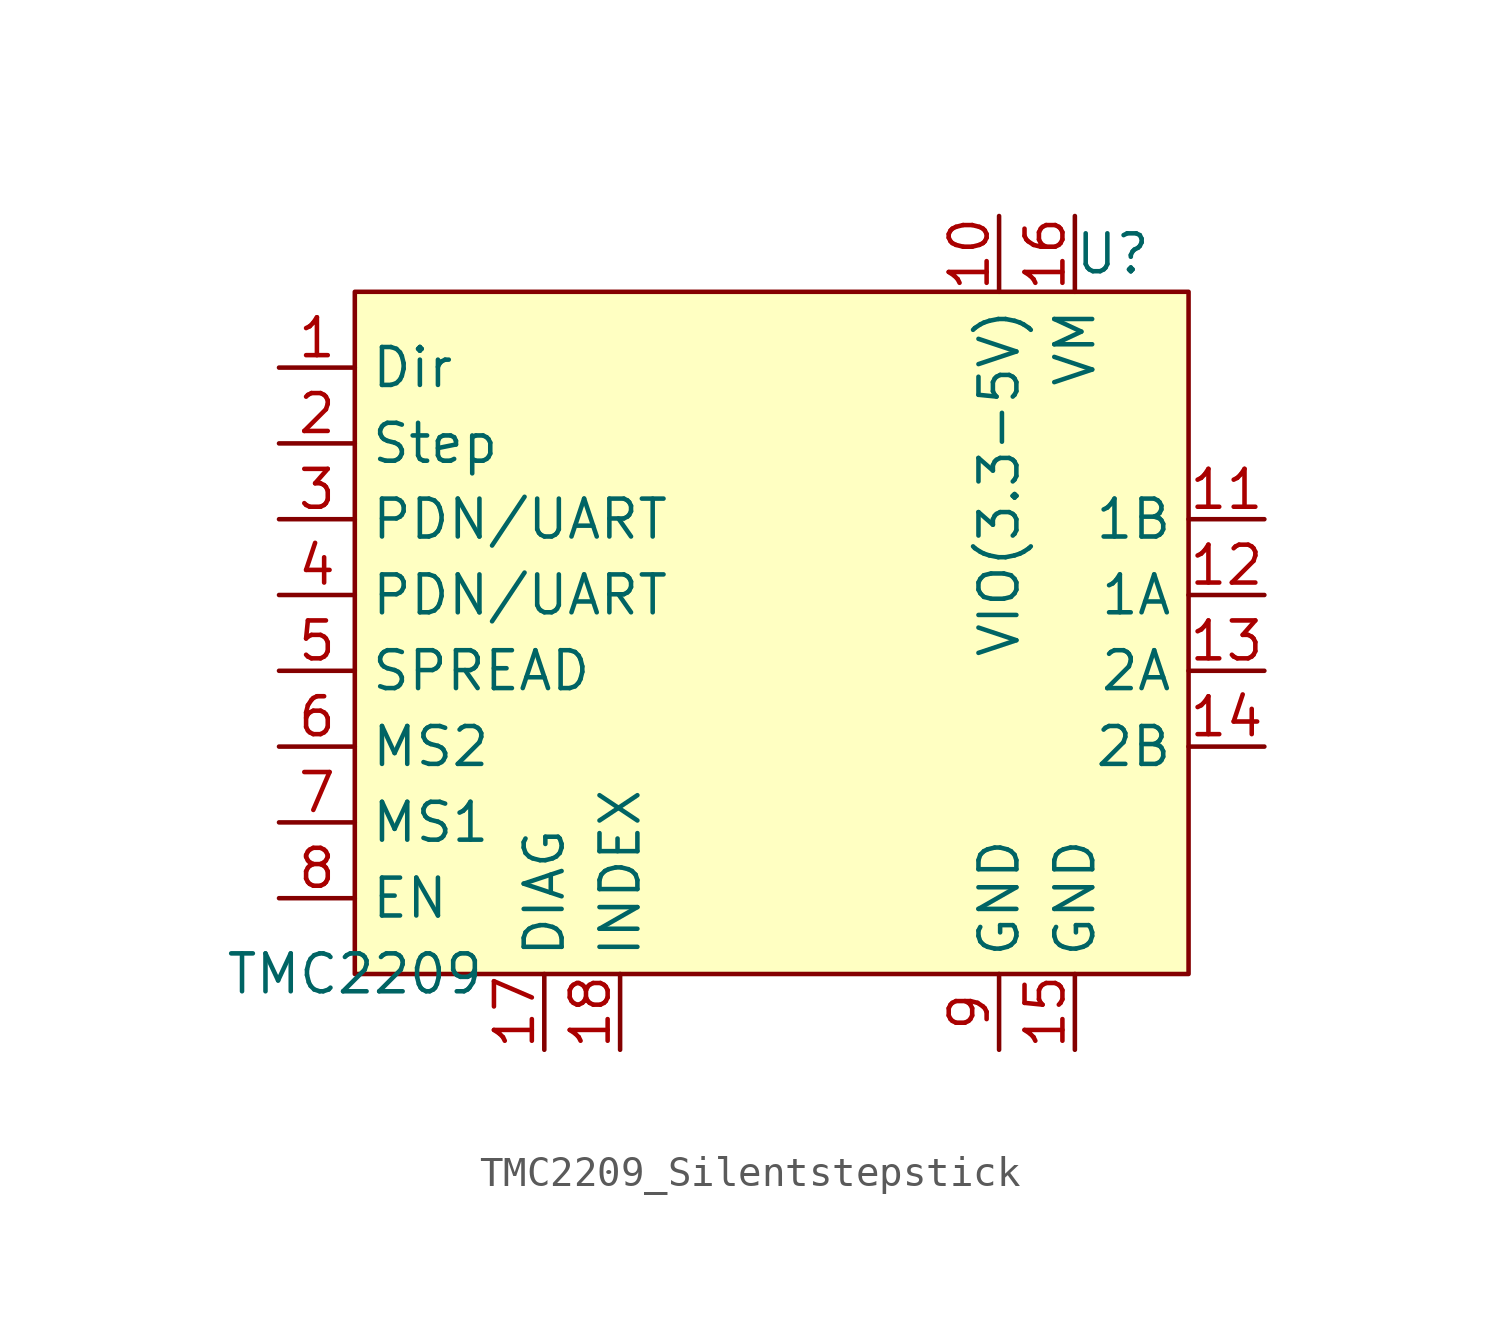
<source format=kicad_sym>
(kicad_symbol_lib
  (version 20241209)
  (generator "kicad_symbol_editor")
  (generator_version "9.0")
  (symbol "TMC2209_Silentstepstick"
    (property "Reference" "U"
      (at 25.4 24.13 0)
      (effects (font (size 1.27 1.27))))
    (property "Value" "TMC2209"
      (at 0 0 0)
      (effects (font (size 1.27 1.27))))
    (symbol "TMC2209_Silentstepstick_1_1"
      (rectangle (start 0 22.86) (end 27.94 0) (stroke (width 0) (type solid)) (fill (type background)))
      (pin passive line (at -2.54 20.32 0) (length 2.54) (name "Dir" (effects (font (size 1.27 1.27)))) (number "1" (effects (font (size 1.27 1.27)))))
      (pin passive line (at -2.54 17.78 0) (length 2.54) (name "Step" (effects (font (size 1.27 1.27)))) (number "2" (effects (font (size 1.27 1.27)))))
      (pin passive line (at -2.54 15.24 0) (length 2.54) (name "PDN/UART" (effects (font (size 1.27 1.27)))) (number "3" (effects (font (size 1.27 1.27)))))
      (pin passive line (at -2.54 12.7 0) (length 2.54) (name "PDN/UART" (effects (font (size 1.27 1.27)))) (number "4" (effects (font (size 1.27 1.27)))))
      (pin passive line (at -2.54 10.16 0) (length 2.54) (name "SPREAD" (effects (font (size 1.27 1.27)))) (number "5" (effects (font (size 1.27 1.27)))))
      (pin passive line (at -2.54 7.62 0) (length 2.54) (name "MS2" (effects (font (size 1.27 1.27)))) (number "6" (effects (font (size 1.27 1.27)))))
      (pin passive line (at -2.54 5.08 0) (length 2.54) (name "MS1" (effects (font (size 1.27 1.27)))) (number "7" (effects (font (size 1.27 1.27)))))
      (pin passive line (at -2.54 2.54 0) (length 2.54) (name "EN" (effects (font (size 1.27 1.27)))) (number "8" (effects (font (size 1.27 1.27)))))
      (pin passive line (at 6.35 -2.54 90) (length 2.54) (name "DIAG" (effects (font (size 1.27 1.27)))) (number "17" (effects (font (size 1.27 1.27)))))
      (pin passive line (at 8.89 -2.54 90) (length 2.54) (name "INDEX" (effects (font (size 1.27 1.27)))) (number "18" (effects (font (size 1.27 1.27)))))
      (pin passive line (at 21.59 25.4 270) (length 2.54) (name "VIO(3.3-5V)" (effects (font (size 1.27 1.27)))) (number "10" (effects (font (size 1.27 1.27)))))
      (pin passive line (at 21.59 -2.54 90) (length 2.54) (name "GND" (effects (font (size 1.27 1.27)))) (number "9" (effects (font (size 1.27 1.27)))))
      (pin passive line (at 24.13 25.4 270) (length 2.54) (name "VM" (effects (font (size 1.27 1.27)))) (number "16" (effects (font (size 1.27 1.27)))))
      (pin passive line (at 24.13 -2.54 90) (length 2.54) (name "GND" (effects (font (size 1.27 1.27)))) (number "15" (effects (font (size 1.27 1.27)))))
      (pin passive line (at 30.48 15.24 180) (length 2.54) (name "1B" (effects (font (size 1.27 1.27)))) (number "11" (effects (font (size 1.27 1.27)))))
      (pin passive line (at 30.48 12.7 180) (length 2.54) (name "1A" (effects (font (size 1.27 1.27)))) (number "12" (effects (font (size 1.27 1.27)))))
      (pin passive line (at 30.48 10.16 180) (length 2.54) (name "2A" (effects (font (size 1.27 1.27)))) (number "13" (effects (font (size 1.27 1.27)))))
      (pin passive line (at 30.48 7.62 180) (length 2.54) (name "2B" (effects (font (size 1.27 1.27)))) (number "14" (effects (font (size 1.27 1.27))))))))
</source>
